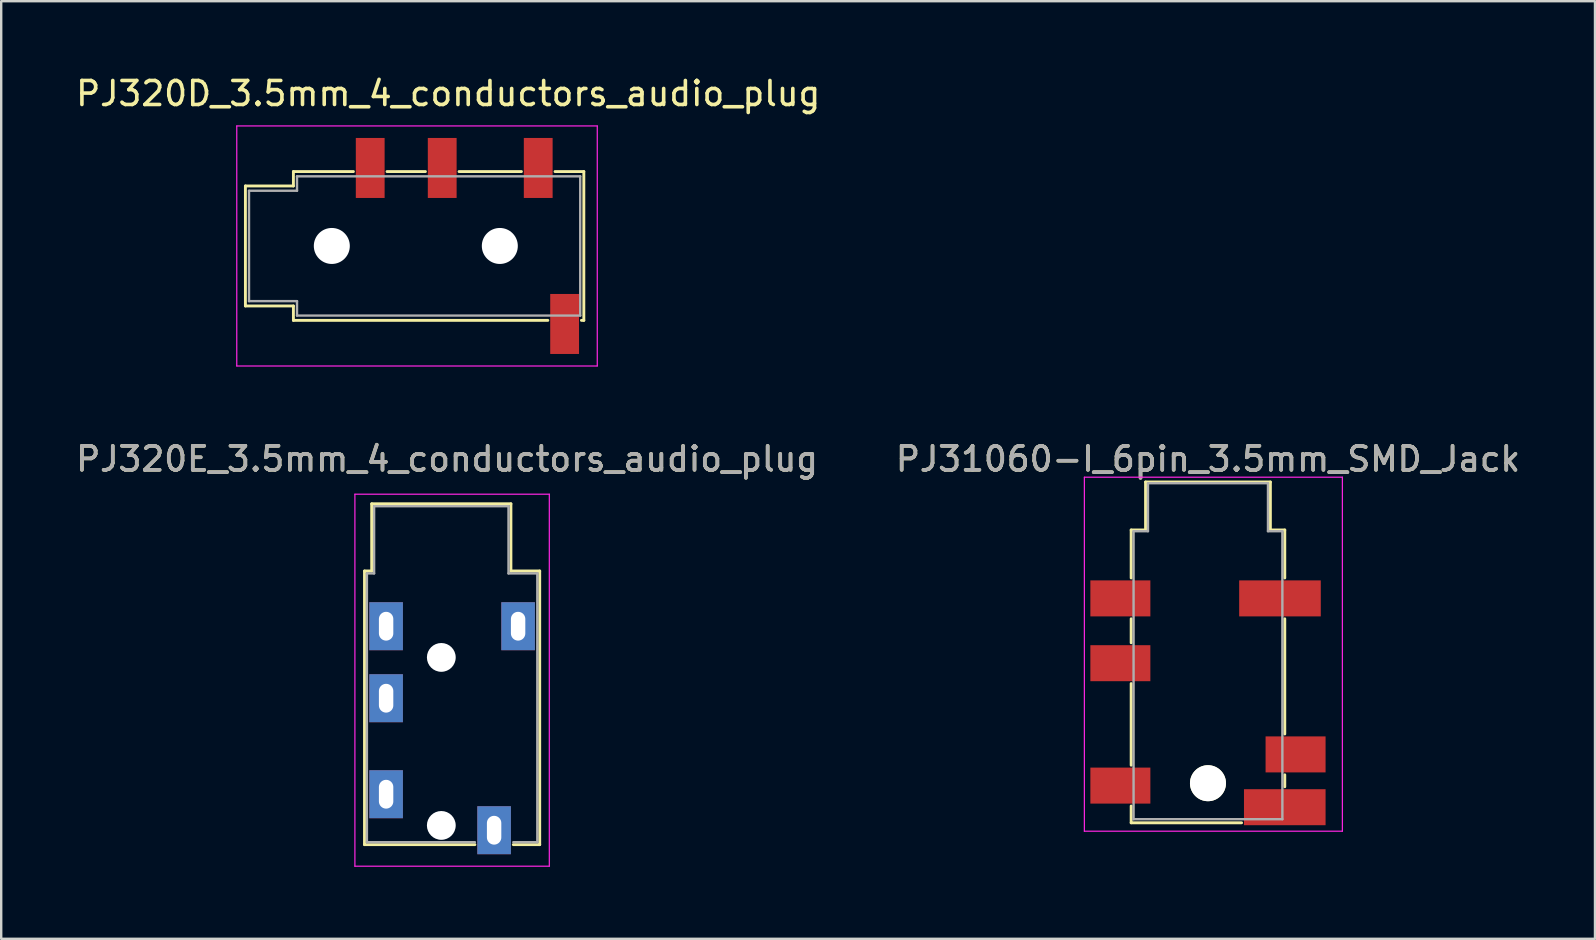
<source format=kicad_pcb>
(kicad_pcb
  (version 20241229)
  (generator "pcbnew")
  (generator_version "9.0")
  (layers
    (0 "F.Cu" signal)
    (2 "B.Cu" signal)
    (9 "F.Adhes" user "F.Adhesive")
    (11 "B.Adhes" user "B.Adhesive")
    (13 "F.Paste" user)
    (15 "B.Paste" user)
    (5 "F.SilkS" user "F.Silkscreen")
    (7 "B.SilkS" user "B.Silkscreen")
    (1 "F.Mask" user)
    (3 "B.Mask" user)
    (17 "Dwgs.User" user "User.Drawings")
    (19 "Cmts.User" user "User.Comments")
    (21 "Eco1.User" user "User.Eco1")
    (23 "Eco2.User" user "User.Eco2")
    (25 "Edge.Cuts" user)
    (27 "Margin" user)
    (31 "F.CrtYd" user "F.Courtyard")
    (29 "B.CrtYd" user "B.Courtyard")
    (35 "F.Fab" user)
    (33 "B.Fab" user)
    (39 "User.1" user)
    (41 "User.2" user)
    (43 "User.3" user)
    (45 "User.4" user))
  (footprint "PJ31060-I_6pin_3.5mm_SMD_Jack"
    (layer "F.Cu")
    (at 47.28 26.232)
    (property "Reference" "PJ31060-I_6pin_3.5mm_SMD_Jack" (at 0 -10.16 0) (layer "F.SilkS") (effects (font (size 1 1) (thickness 0.15))))
    (attr smd)
    (fp_line (start -3.2 -7.2) (end -2.6 -7.2) (stroke (width 0.12) (type solid)) (layer "F.SilkS"))
    (fp_line (start -3.2 -5.2) (end -3.2 -7.2) (stroke (width 0.12) (type solid)) (layer "F.SilkS"))
    (fp_line (start -3.2 -2.5) (end -3.2 -3.5) (stroke (width 0.12) (type solid)) (layer "F.SilkS"))
    (fp_line (start -3.2 2.6) (end -3.2 -0.8) (stroke (width 0.12) (type solid)) (layer "F.SilkS"))
    (fp_line (start -3.2 5) (end -3.2 4.3) (stroke (width 0.12) (type solid)) (layer "F.SilkS"))
    (fp_line (start -2.6 -9.2) (end 2.6 -9.2) (stroke (width 0.12) (type solid)) (layer "F.SilkS"))
    (fp_line (start -2.6 -7.2) (end -2.6 -9.2) (stroke (width 0.12) (type solid)) (layer "F.SilkS"))
    (fp_line (start 1.4 5) (end -3.2 5) (stroke (width 0.12) (type solid)) (layer "F.SilkS"))
    (fp_line (start 2.6 -9.2) (end 2.6 -7.2) (stroke (width 0.12) (type solid)) (layer "F.SilkS"))
    (fp_line (start 2.6 -7.2) (end 3.2 -7.2) (stroke (width 0.12) (type solid)) (layer "F.SilkS"))
    (fp_line (start 3.2 -7.2) (end 3.2 -5.2) (stroke (width 0.12) (type solid)) (layer "F.SilkS"))
    (fp_line (start 3.2 -3.5) (end 3.2 1.3) (stroke (width 0.12) (type solid)) (layer "F.SilkS"))
    (fp_line (start 3.2 3) (end 3.2 3.5) (stroke (width 0.12) (type solid)) (layer "F.SilkS"))
    (fp_line (start -5.15 -9.4) (end -5.15 5.35) (stroke (width 0.05) (type solid)) (layer "F.CrtYd"))
    (fp_line (start -5.15 -9.4) (end 5.6 -9.4) (stroke (width 0.05) (type solid)) (layer "F.CrtYd"))
    (fp_line (start 5.6 5.35) (end -5.15 5.35) (stroke (width 0.05) (type solid)) (layer "F.CrtYd"))
    (fp_line (start 5.6 5.35) (end 5.6 -9.4) (stroke (width 0.05) (type solid)) (layer "F.CrtYd"))
    (fp_line (start -3.1 -7.15) (end -3.1 4.85) (stroke (width 0.1) (type solid)) (layer "F.Fab"))
    (fp_line (start -2.5 -9.15) (end -2.5 -7.15) (stroke (width 0.1) (type solid)) (layer "F.Fab"))
    (fp_line (start -2.5 -7.15) (end -3.1 -7.15) (stroke (width 0.1) (type solid)) (layer "F.Fab"))
    (fp_line (start 2.5 -9.15) (end -2.5 -9.15) (stroke (width 0.1) (type solid)) (layer "F.Fab"))
    (fp_line (start 2.5 -7.15) (end 2.5 -9.15) (stroke (width 0.1) (type solid)) (layer "F.Fab"))
    (fp_line (start 2.5 -7.15) (end 3.1 -7.15) (stroke (width 0.1) (type solid)) (layer "F.Fab"))
    (fp_line (start 3.1 -7.15) (end 3.1 4.85) (stroke (width 0.1) (type solid)) (layer "F.Fab"))
    (fp_line (start 3.1 4.85) (end -3.1 4.85) (stroke (width 0.1) (type solid)) (layer "F.Fab"))
    (fp_text user "${REFERENCE}" (at 0 -10.16 0) (layer "F.Fab") (effects (font (size 1 1) (thickness 0.15))))
    (pad "" np_thru_hole circle (at 0 3.35) (size 1.5 1.5) (drill 1.5) (layers "*.Cu" "*.Mask" "F.SilkS"))
    (pad "1" smd rect (at -3.65 -4.35) (size 2.5 1.5) (layers "F.Cu" "F.Mask" "F.Paste"))
    (pad "2" smd rect (at 3.65 2.15) (size 2.5 1.5) (layers "F.Cu" "F.Mask" "F.Paste"))
    (pad "3" smd rect (at -3.65 -1.65) (size 2.5 1.5) (layers "F.Cu" "F.Mask" "F.Paste"))
    (pad "4" smd rect (at 3 -4.35) (size 3.4 1.5) (layers "F.Cu" "F.Mask" "F.Paste"))
    (pad "5" smd rect (at 3.2 4.35) (size 3.4 1.5) (layers "F.Cu" "F.Mask" "F.Paste"))
    (pad "6" smd rect (at -3.65 3.45) (size 2.5 1.5) (layers "F.Cu" "F.Mask" "F.Paste")))
  (footprint "PJ320E_3.5mm_4_conductors_audio_plug"
    (layer "F.Cu")
    (at 13.037 30.041)
    (property "Reference" "PJ320E_3.5mm_4_conductors_audio_plug" (at 2.54 -13.97 0) (layer "F.SilkS") (effects (font (size 1 1) (thickness 0.15))))
    (attr through_hole)
    (fp_line (start -0.9 -9.3) (end -0.9 2.1) (stroke (width 0.12) (type solid)) (layer "F.SilkS"))
    (fp_line (start -0.9 -9.3) (end -0.6 -9.3) (stroke (width 0.12) (type solid)) (layer "F.SilkS"))
    (fp_line (start -0.9 2.1) (end 3.7 2.1) (stroke (width 0.12) (type solid)) (layer "F.SilkS"))
    (fp_line (start -0.6 -9.3) (end -0.6 -12.1) (stroke (width 0.12) (type solid)) (layer "F.SilkS"))
    (fp_line (start 5.2 -12.1) (end -0.6 -12.1) (stroke (width 0.12) (type solid)) (layer "F.SilkS"))
    (fp_line (start 5.2 -9.3) (end 5.2 -12.1) (stroke (width 0.12) (type solid)) (layer "F.SilkS"))
    (fp_line (start 5.2 -9.3) (end 6.4 -9.3) (stroke (width 0.12) (type solid)) (layer "F.SilkS"))
    (fp_line (start 6.4 -9.3) (end 6.4 2.1) (stroke (width 0.12) (type solid)) (layer "F.SilkS"))
    (fp_line (start 6.4 2.1) (end 5.3 2.1) (stroke (width 0.12) (type solid)) (layer "F.SilkS"))
    (fp_line (start -1.3 -12.5) (end -1.3 3) (stroke (width 0.05) (type solid)) (layer "F.CrtYd"))
    (fp_line (start -1.3 -12.5) (end 6.8 -12.5) (stroke (width 0.05) (type solid)) (layer "F.CrtYd"))
    (fp_line (start -1.3 3) (end 6.8 3) (stroke (width 0.05) (type solid)) (layer "F.CrtYd"))
    (fp_line (start 6.8 -12.5) (end 6.8 3) (stroke (width 0.05) (type solid)) (layer "F.CrtYd"))
    (fp_line (start -0.8 -9.2) (end -0.5 -9.2) (stroke (width 0.1) (type solid)) (layer "F.Fab"))
    (fp_line (start -0.8 2) (end -0.8 -9.2) (stroke (width 0.1) (type solid)) (layer "F.Fab"))
    (fp_line (start -0.5 -12) (end 5.1 -12) (stroke (width 0.1) (type solid)) (layer "F.Fab"))
    (fp_line (start -0.5 -9.2) (end -0.5 -12) (stroke (width 0.1) (type solid)) (layer "F.Fab"))
    (fp_line (start 3.7 2) (end -0.8 2) (stroke (width 0.1) (type solid)) (layer "F.Fab"))
    (fp_line (start 5.1 -12) (end 5.1 -9.2) (stroke (width 0.1) (type solid)) (layer "F.Fab"))
    (fp_line (start 5.1 -9.2) (end 6.3 -9.2) (stroke (width 0.1) (type solid)) (layer "F.Fab"))
    (fp_line (start 6.3 -9.2) (end 6.3 2) (stroke (width 0.1) (type solid)) (layer "F.Fab"))
    (fp_line (start 6.3 2) (end 5.3 2) (stroke (width 0.1) (type solid)) (layer "F.Fab"))
    (fp_text user "${REFERENCE}" (at 2.54 -13.97 0) (layer "F.Fab") (effects (font (size 1 1) (thickness 0.15))))
    (pad "" np_thru_hole circle (at 2.3 -5.7 270) (size 1.2 1.2) (drill 1.2) (layers "*.Cu" "*.Mask"))
    (pad "" np_thru_hole circle (at 2.3 1.3 270) (size 1.2 1.2) (drill 1.2) (layers "*.Cu" "*.Mask"))
    (pad "1" thru_hole rect (at 0 0 270) (size 2 1.4) (drill oval 1.2 0.6) (layers "*.Cu" "*.Mask"))
    (pad "2" thru_hole rect (at 0 -4 270) (size 2 1.4) (drill oval 1.2 0.6) (layers "*.Cu" "*.Mask"))
    (pad "3" thru_hole rect (at 0 -7 270) (size 2 1.4) (drill oval 1.2 0.6) (layers "*.Cu" "*.Mask"))
    (pad "4" thru_hole rect (at 4.5 1.5 270) (size 2 1.4) (drill oval 1.2 0.6) (layers "*.Cu" "*.Mask"))
    (pad "5" thru_hole rect (at 5.5 -7 270) (size 2 1.4) (drill oval 1.2 0.6) (layers "*.Cu" "*.Mask")))
  (footprint "PJ320D_3.5mm_4_conductors_audio_plug"
    (layer "F.Cu")
    (at 15.625 7.198)
    (property "Reference" "PJ320D_3.5mm_4_conductors_audio_plug" (at 0 -6.35 0) (layer "F.SilkS") (effects (font (size 1 1) (thickness 0.15))))
    (attr smd)
    (fp_line (start -8.45 -2.5) (end -8.45 2.5) (stroke (width 0.12) (type solid)) (layer "F.SilkS"))
    (fp_line (start -6.45 -3.1) (end -6.45 -2.5) (stroke (width 0.12) (type solid)) (layer "F.SilkS"))
    (fp_line (start -6.45 -3.1) (end -3.95 -3.1) (stroke (width 0.12) (type solid)) (layer "F.SilkS"))
    (fp_line (start -6.45 -2.5) (end -8.45 -2.5) (stroke (width 0.12) (type solid)) (layer "F.SilkS"))
    (fp_line (start -6.45 2.5) (end -8.45 2.5) (stroke (width 0.12) (type solid)) (layer "F.SilkS"))
    (fp_line (start -6.45 2.5) (end -6.45 3.1) (stroke (width 0.12) (type solid)) (layer "F.SilkS"))
    (fp_line (start -2.55 -3.1) (end -0.95 -3.1) (stroke (width 0.12) (type solid)) (layer "F.SilkS"))
    (fp_line (start 0.45 -3.1) (end 3.05 -3.1) (stroke (width 0.12) (type solid)) (layer "F.SilkS"))
    (fp_line (start 4.15 3.1) (end -6.45 3.1) (stroke (width 0.12) (type solid)) (layer "F.SilkS"))
    (fp_line (start 4.45 -3.1) (end 5.65 -3.1) (stroke (width 0.12) (type solid)) (layer "F.SilkS"))
    (fp_line (start 5.55 3.1) (end 5.65 3.1) (stroke (width 0.12) (type solid)) (layer "F.SilkS"))
    (fp_line (start 5.65 3.1) (end 5.65 -3.1) (stroke (width 0.12) (type solid)) (layer "F.SilkS"))
    (fp_line (start -8.81 -5) (end 6.21 -5) (stroke (width 0.05) (type solid)) (layer "F.CrtYd"))
    (fp_line (start -8.81 5) (end -8.81 -5) (stroke (width 0.05) (type solid)) (layer "F.CrtYd"))
    (fp_line (start -8.81 5) (end 6.21 5) (stroke (width 0.05) (type solid)) (layer "F.CrtYd"))
    (fp_line (start 6.21 5) (end 6.21 -5) (stroke (width 0.05) (type solid)) (layer "F.CrtYd"))
    (fp_line (start -8.3 -2.3) (end -6.3 -2.3) (stroke (width 0.1) (type solid)) (layer "F.Fab"))
    (fp_line (start -8.3 2.3) (end -8.3 -2.3) (stroke (width 0.1) (type solid)) (layer "F.Fab"))
    (fp_line (start -6.3 -2.9) (end 5.5 -2.9) (stroke (width 0.1) (type solid)) (layer "F.Fab"))
    (fp_line (start -6.3 -2.3) (end -6.3 -2.9) (stroke (width 0.1) (type solid)) (layer "F.Fab"))
    (fp_line (start -6.3 2.3) (end -8.3 2.3) (stroke (width 0.1) (type solid)) (layer "F.Fab"))
    (fp_line (start -6.3 2.9) (end -6.3 2.3) (stroke (width 0.1) (type solid)) (layer "F.Fab"))
    (fp_line (start 5.5 -2.9) (end 5.5 2.9) (stroke (width 0.1) (type solid)) (layer "F.Fab"))
    (fp_line (start 5.5 2.9) (end -6.3 2.9) (stroke (width 0.1) (type solid)) (layer "F.Fab"))
    (pad "" np_thru_hole circle (at -4.85 0) (size 1.5 1.5) (drill 1.5) (layers "*.Cu" "*.Mask"))
    (pad "" np_thru_hole circle (at 2.15 0) (size 1.5 1.5) (drill 1.5) (layers "*.Cu" "*.Mask"))
    (pad "1" smd rect (at 3.75 -3.25) (size 1.2 2.5) (layers "F.Cu" "F.Mask" "F.Paste"))
    (pad "2" smd rect (at -0.25 -3.25) (size 1.2 2.5) (layers "F.Cu" "F.Mask" "F.Paste"))
    (pad "3" smd rect (at -3.25 -3.25) (size 1.2 2.5) (layers "F.Cu" "F.Mask" "F.Paste"))
    (pad "4" smd rect (at 4.85 3.25) (size 1.2 2.5) (layers "F.Cu" "F.Mask" "F.Paste")))
  (gr_rect
    (start -3 -3)
    (end 63.405 36.066)
    (stroke (width 0.1) (type default))
    (fill no)
    (layer "Edge.Cuts")))
</source>
